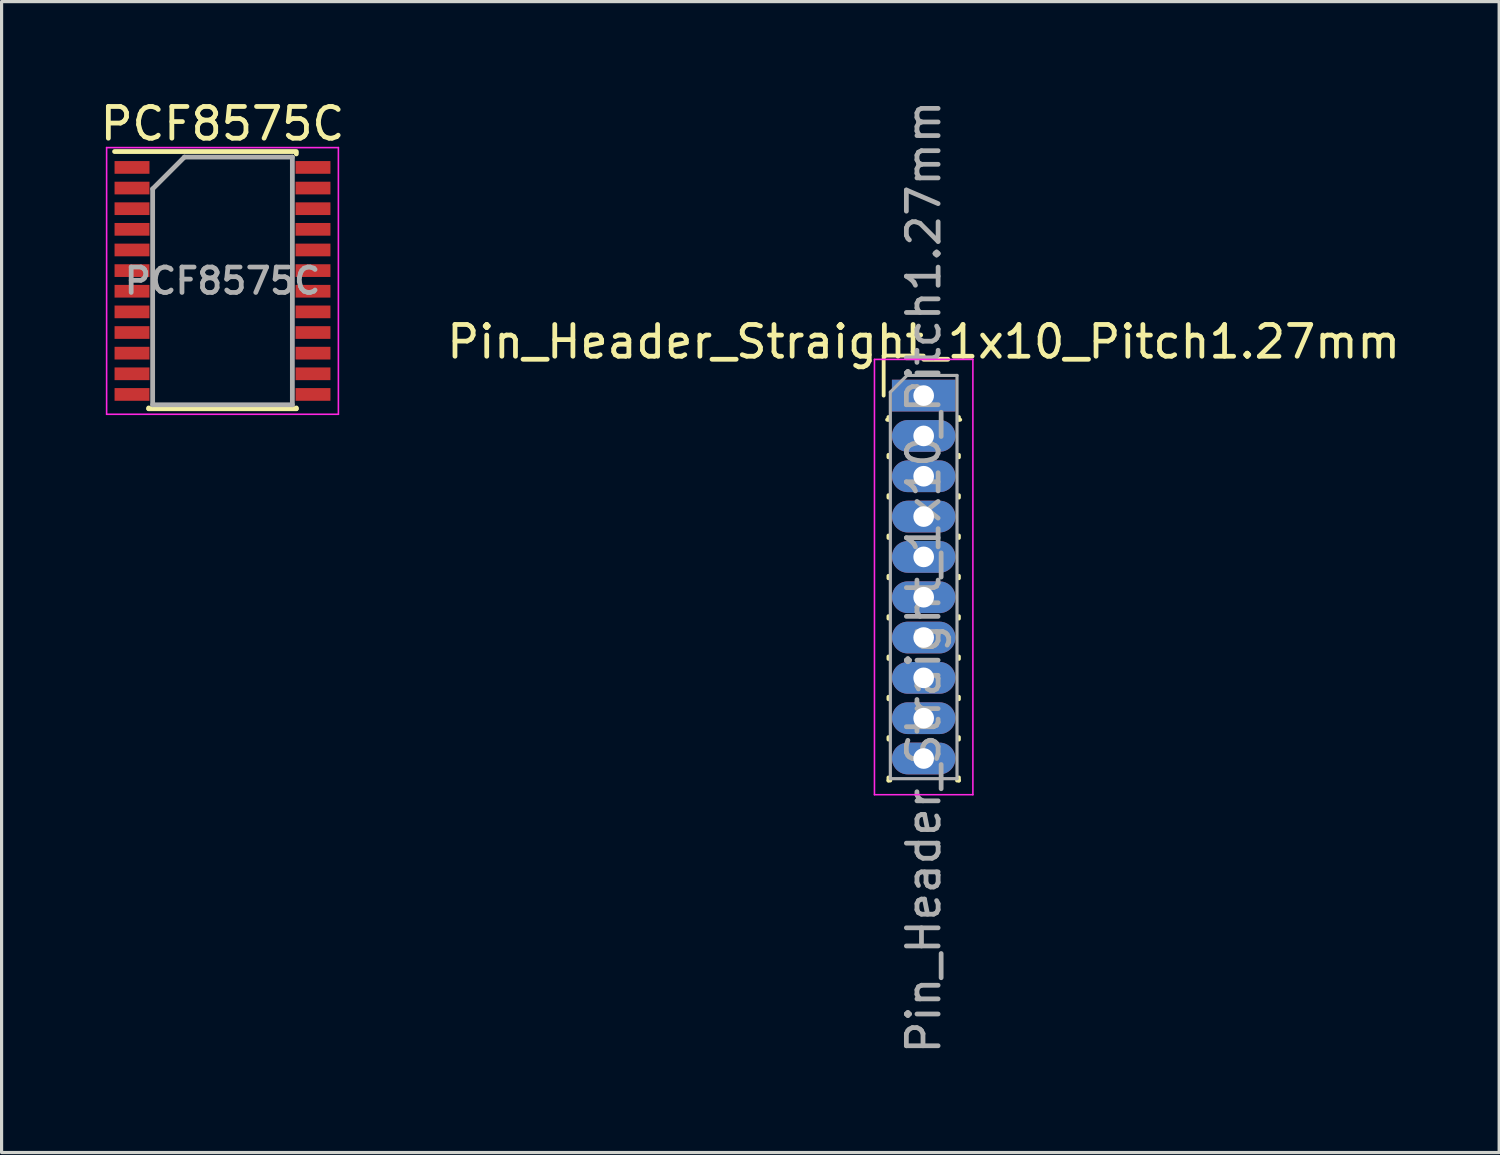
<source format=kicad_pcb>
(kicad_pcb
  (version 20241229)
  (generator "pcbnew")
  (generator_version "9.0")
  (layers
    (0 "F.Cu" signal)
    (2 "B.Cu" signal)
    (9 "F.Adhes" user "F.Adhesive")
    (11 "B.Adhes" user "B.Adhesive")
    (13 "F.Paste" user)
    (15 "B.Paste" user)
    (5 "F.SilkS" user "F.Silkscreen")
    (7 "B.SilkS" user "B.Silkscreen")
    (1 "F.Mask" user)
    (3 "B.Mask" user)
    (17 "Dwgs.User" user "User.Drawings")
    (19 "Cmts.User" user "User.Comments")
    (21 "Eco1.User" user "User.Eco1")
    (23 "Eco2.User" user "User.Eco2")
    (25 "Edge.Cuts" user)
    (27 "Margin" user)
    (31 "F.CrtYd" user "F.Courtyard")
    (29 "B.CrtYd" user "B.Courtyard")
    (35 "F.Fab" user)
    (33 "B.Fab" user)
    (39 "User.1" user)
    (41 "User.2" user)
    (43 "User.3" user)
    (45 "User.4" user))
  (footprint "Pin_Header_Straight_1x10_Pitch1.27mm"
    (layer "F.Cu")
    (at 26.042 9.41)
    (property "Reference" "Pin_Header_Straight_1x10_Pitch1.27mm" (at 0 -1.695 0) (layer "F.SilkS") (effects (font (size 1 1) (thickness 0.15))))
    (attr through_hole)
    (fp_line (start -1.26 -1.26) (end 0 -1.26) (stroke (width 0.12) (type solid)) (layer "F.SilkS"))
    (fp_line (start -1.26 0) (end -1.26 -1.26) (stroke (width 0.12) (type solid)) (layer "F.SilkS"))
    (fp_line (start -1.11 0.76) (end -1.152 0.76) (stroke (width 0.12) (type solid)) (layer "F.SilkS"))
    (fp_line (start -1.11 0.76) (end -1.11 0.674) (stroke (width 0.12) (type solid)) (layer "F.SilkS"))
    (fp_line (start -1.11 1.866) (end -1.11 1.944) (stroke (width 0.12) (type solid)) (layer "F.SilkS"))
    (fp_line (start -1.11 3.136) (end -1.11 3.214) (stroke (width 0.12) (type solid)) (layer "F.SilkS"))
    (fp_line (start -1.11 4.406) (end -1.11 4.484) (stroke (width 0.12) (type solid)) (layer "F.SilkS"))
    (fp_line (start -1.11 5.676) (end -1.11 5.754) (stroke (width 0.12) (type solid)) (layer "F.SilkS"))
    (fp_line (start -1.11 6.946) (end -1.11 7.024) (stroke (width 0.12) (type solid)) (layer "F.SilkS"))
    (fp_line (start -1.11 8.216) (end -1.11 8.294) (stroke (width 0.12) (type solid)) (layer "F.SilkS"))
    (fp_line (start -1.11 9.486) (end -1.11 9.564) (stroke (width 0.12) (type solid)) (layer "F.SilkS"))
    (fp_line (start -1.11 10.756) (end -1.11 10.834) (stroke (width 0.12) (type solid)) (layer "F.SilkS"))
    (fp_line (start -1.11 12.026) (end -1.11 12.125) (stroke (width 0.12) (type solid)) (layer "F.SilkS"))
    (fp_line (start -1.11 12.125) (end -1.051 12.125) (stroke (width 0.12) (type solid)) (layer "F.SilkS"))
    (fp_line (start 1.051 12.125) (end 1.11 12.125) (stroke (width 0.12) (type solid)) (layer "F.SilkS"))
    (fp_line (start 1.11 0.76) (end 1.11 0.674) (stroke (width 0.12) (type solid)) (layer "F.SilkS"))
    (fp_line (start 1.11 1.866) (end 1.11 1.944) (stroke (width 0.12) (type solid)) (layer "F.SilkS"))
    (fp_line (start 1.11 3.136) (end 1.11 3.214) (stroke (width 0.12) (type solid)) (layer "F.SilkS"))
    (fp_line (start 1.11 4.406) (end 1.11 4.484) (stroke (width 0.12) (type solid)) (layer "F.SilkS"))
    (fp_line (start 1.11 5.676) (end 1.11 5.754) (stroke (width 0.12) (type solid)) (layer "F.SilkS"))
    (fp_line (start 1.11 6.946) (end 1.11 7.024) (stroke (width 0.12) (type solid)) (layer "F.SilkS"))
    (fp_line (start 1.11 8.216) (end 1.11 8.294) (stroke (width 0.12) (type solid)) (layer "F.SilkS"))
    (fp_line (start 1.11 9.486) (end 1.11 9.564) (stroke (width 0.12) (type solid)) (layer "F.SilkS"))
    (fp_line (start 1.11 10.756) (end 1.11 10.834) (stroke (width 0.12) (type solid)) (layer "F.SilkS"))
    (fp_line (start 1.11 12.026) (end 1.11 12.125) (stroke (width 0.12) (type solid)) (layer "F.SilkS"))
    (fp_line (start 1.152 0.76) (end 1.11 0.76) (stroke (width 0.12) (type solid)) (layer "F.SilkS"))
    (fp_line (start -1.55 -1.14) (end -1.55 12.57) (stroke (width 0.05) (type solid)) (layer "F.CrtYd"))
    (fp_line (start -1.55 12.57) (end 1.55 12.57) (stroke (width 0.05) (type solid)) (layer "F.CrtYd"))
    (fp_line (start 1.55 -1.14) (end -1.55 -1.14) (stroke (width 0.05) (type solid)) (layer "F.CrtYd"))
    (fp_line (start 1.55 12.57) (end 1.55 -1.14) (stroke (width 0.05) (type solid)) (layer "F.CrtYd"))
    (fp_line (start -1.05 -0.11) (end -0.525 -0.635) (stroke (width 0.1) (type solid)) (layer "F.Fab"))
    (fp_line (start -1.05 12.065) (end -1.05 -0.11) (stroke (width 0.1) (type solid)) (layer "F.Fab"))
    (fp_line (start -0.525 -0.635) (end 1.05 -0.635) (stroke (width 0.1) (type solid)) (layer "F.Fab"))
    (fp_line (start 1.05 -0.635) (end 1.05 12.065) (stroke (width 0.1) (type solid)) (layer "F.Fab"))
    (fp_line (start 1.05 12.065) (end -1.05 12.065) (stroke (width 0.1) (type solid)) (layer "F.Fab"))
    (fp_text user "${REFERENCE}" (at 0 5.715 90) (layer "F.Fab") (effects (font (size 1 1) (thickness 0.15))))
    (pad "1" thru_hole rect (at 0 0) (size 2 1) (drill 0.65) (layers "*.Cu" "*.Mask"))
    (pad "2" thru_hole oval (at 0 1.27) (size 2 1) (drill 0.65) (layers "*.Cu" "*.Mask"))
    (pad "3" thru_hole oval (at 0 2.54) (size 2 1) (drill 0.65) (layers "*.Cu" "*.Mask"))
    (pad "4" thru_hole oval (at 0 3.81) (size 2 1) (drill 0.65) (layers "*.Cu" "*.Mask"))
    (pad "5" thru_hole oval (at 0 5.08) (size 2 1) (drill 0.65) (layers "*.Cu" "*.Mask"))
    (pad "6" thru_hole oval (at 0 6.35) (size 2 1) (drill 0.65) (layers "*.Cu" "*.Mask"))
    (pad "7" thru_hole oval (at 0 7.62) (size 2 1) (drill 0.65) (layers "*.Cu" "*.Mask"))
    (pad "8" thru_hole oval (at 0 8.89) (size 2 1) (drill 0.65) (layers "*.Cu" "*.Mask"))
    (pad "9" thru_hole oval (at 0 10.16) (size 2 1) (drill 0.65) (layers "*.Cu" "*.Mask"))
    (pad "10" thru_hole oval (at 0 11.43) (size 2 1) (drill 0.65) (layers "*.Cu" "*.Mask")))
  (footprint "PCF8575C"
    (layer "F.Cu")
    (at 3.958 5.798)
    (property "Reference" "PCF8575C" (at 0 -4.95 0) (layer "F.SilkS") (effects (font (size 1 1) (thickness 0.15))))
    (attr smd)
    (fp_line (start -3.4 -4.075) (end 2.325 -4.075) (stroke (width 0.15) (type solid)) (layer "F.SilkS"))
    (fp_line (start -2.325 4.025) (end -2.325 4) (stroke (width 0.15) (type solid)) (layer "F.SilkS"))
    (fp_line (start -2.325 4.025) (end 2.325 4.025) (stroke (width 0.15) (type solid)) (layer "F.SilkS"))
    (fp_line (start 2.325 -4.025) (end 2.325 -4) (stroke (width 0.15) (type solid)) (layer "F.SilkS"))
    (fp_line (start 2.325 4.025) (end 2.325 4) (stroke (width 0.15) (type solid)) (layer "F.SilkS"))
    (fp_line (start -3.65 -4.2) (end -3.65 4.2) (stroke (width 0.05) (type solid)) (layer "F.CrtYd"))
    (fp_line (start -3.65 -4.2) (end 3.65 -4.2) (stroke (width 0.05) (type solid)) (layer "F.CrtYd"))
    (fp_line (start -3.65 4.2) (end 3.65 4.2) (stroke (width 0.05) (type solid)) (layer "F.CrtYd"))
    (fp_line (start 3.65 -4.2) (end 3.65 4.2) (stroke (width 0.05) (type solid)) (layer "F.CrtYd"))
    (fp_line (start -2.2 -2.9) (end -1.2 -3.9) (stroke (width 0.15) (type solid)) (layer "F.Fab"))
    (fp_line (start -2.2 3.9) (end -2.2 -2.9) (stroke (width 0.15) (type solid)) (layer "F.Fab"))
    (fp_line (start -1.2 -3.9) (end 2.2 -3.9) (stroke (width 0.15) (type solid)) (layer "F.Fab"))
    (fp_line (start 2.2 -3.9) (end 2.2 3.9) (stroke (width 0.15) (type solid)) (layer "F.Fab"))
    (fp_line (start 2.2 3.9) (end -2.2 3.9) (stroke (width 0.15) (type solid)) (layer "F.Fab"))
    (fp_text user "${REFERENCE}" (at 0 0 0) (layer "F.Fab") (effects (font (size 0.8 0.8) (thickness 0.15))))
    (pad "1" smd rect (at -2.85 -3.575) (size 1.1 0.4) (layers "F.Cu" "F.Mask" "F.Paste"))
    (pad "2" smd rect (at -2.85 -2.925) (size 1.1 0.4) (layers "F.Cu" "F.Mask" "F.Paste"))
    (pad "3" smd rect (at -2.85 -2.275) (size 1.1 0.4) (layers "F.Cu" "F.Mask" "F.Paste"))
    (pad "4" smd rect (at -2.85 -1.625) (size 1.1 0.4) (layers "F.Cu" "F.Mask" "F.Paste"))
    (pad "5" smd rect (at -2.85 -0.975) (size 1.1 0.4) (layers "F.Cu" "F.Mask" "F.Paste"))
    (pad "6" smd rect (at -2.85 -0.325) (size 1.1 0.4) (layers "F.Cu" "F.Mask" "F.Paste"))
    (pad "7" smd rect (at -2.85 0.325) (size 1.1 0.4) (layers "F.Cu" "F.Mask" "F.Paste"))
    (pad "8" smd rect (at -2.85 0.975) (size 1.1 0.4) (layers "F.Cu" "F.Mask" "F.Paste"))
    (pad "9" smd rect (at -2.85 1.625) (size 1.1 0.4) (layers "F.Cu" "F.Mask" "F.Paste"))
    (pad "10" smd rect (at -2.85 2.275) (size 1.1 0.4) (layers "F.Cu" "F.Mask" "F.Paste"))
    (pad "11" smd rect (at -2.85 2.925) (size 1.1 0.4) (layers "F.Cu" "F.Mask" "F.Paste"))
    (pad "12" smd rect (at -2.85 3.575) (size 1.1 0.4) (layers "F.Cu" "F.Mask" "F.Paste"))
    (pad "13" smd rect (at 2.85 3.575) (size 1.1 0.4) (layers "F.Cu" "F.Mask" "F.Paste"))
    (pad "14" smd rect (at 2.85 2.925) (size 1.1 0.4) (layers "F.Cu" "F.Mask" "F.Paste"))
    (pad "15" smd rect (at 2.85 2.275) (size 1.1 0.4) (layers "F.Cu" "F.Mask" "F.Paste"))
    (pad "16" smd rect (at 2.85 1.625) (size 1.1 0.4) (layers "F.Cu" "F.Mask" "F.Paste"))
    (pad "17" smd rect (at 2.85 0.975) (size 1.1 0.4) (layers "F.Cu" "F.Mask" "F.Paste"))
    (pad "18" smd rect (at 2.85 0.325) (size 1.1 0.4) (layers "F.Cu" "F.Mask" "F.Paste"))
    (pad "19" smd rect (at 2.85 -0.325) (size 1.1 0.4) (layers "F.Cu" "F.Mask" "F.Paste"))
    (pad "20" smd rect (at 2.85 -0.975) (size 1.1 0.4) (layers "F.Cu" "F.Mask" "F.Paste"))
    (pad "21" smd rect (at 2.85 -1.625) (size 1.1 0.4) (layers "F.Cu" "F.Mask" "F.Paste"))
    (pad "22" smd rect (at 2.85 -2.275) (size 1.1 0.4) (layers "F.Cu" "F.Mask" "F.Paste"))
    (pad "23" smd rect (at 2.85 -2.925) (size 1.1 0.4) (layers "F.Cu" "F.Mask" "F.Paste"))
    (pad "24" smd rect (at 2.85 -3.575) (size 1.1 0.4) (layers "F.Cu" "F.Mask" "F.Paste")))
  (gr_rect
    (start -3 -3)
    (end 44.167 33.25)
    (stroke (width 0.1) (type default))
    (fill no)
    (layer "Edge.Cuts")))
</source>
